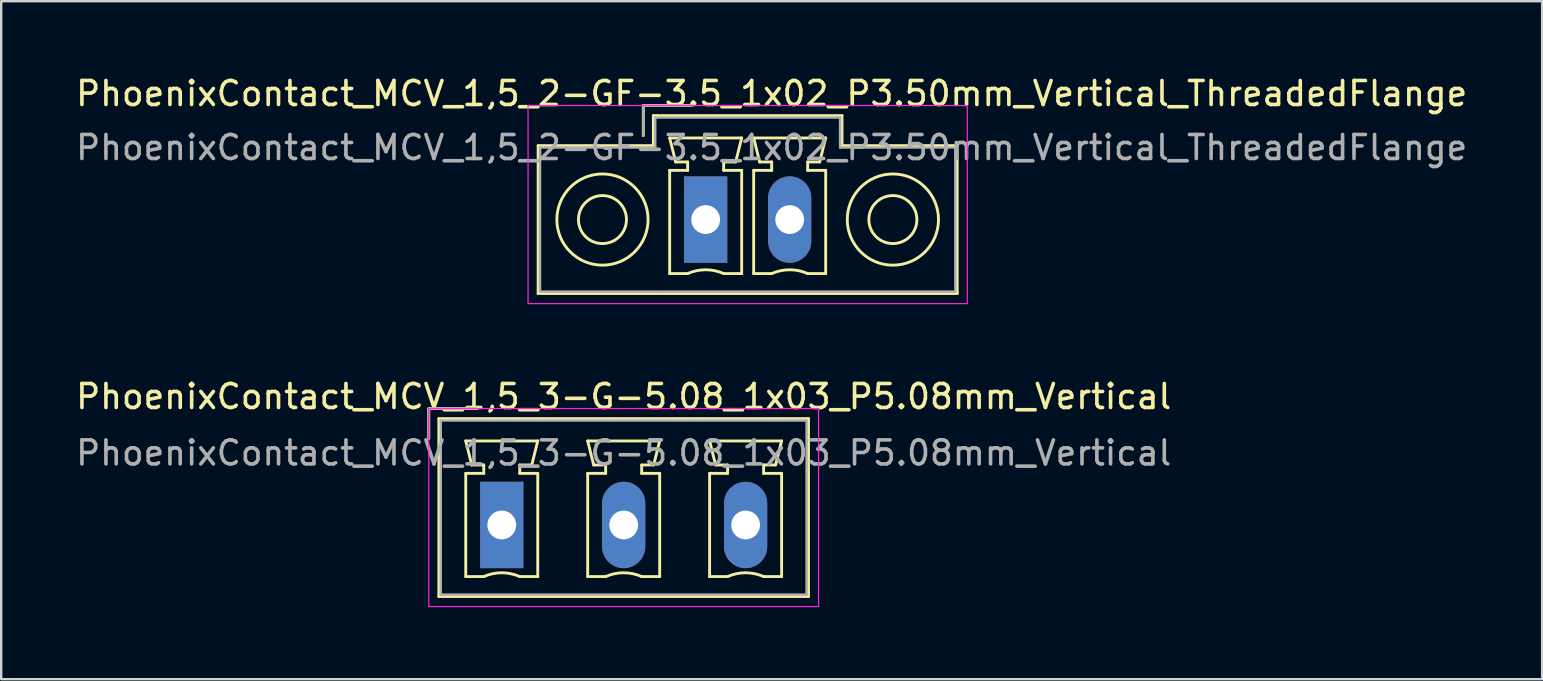
<source format=kicad_pcb>
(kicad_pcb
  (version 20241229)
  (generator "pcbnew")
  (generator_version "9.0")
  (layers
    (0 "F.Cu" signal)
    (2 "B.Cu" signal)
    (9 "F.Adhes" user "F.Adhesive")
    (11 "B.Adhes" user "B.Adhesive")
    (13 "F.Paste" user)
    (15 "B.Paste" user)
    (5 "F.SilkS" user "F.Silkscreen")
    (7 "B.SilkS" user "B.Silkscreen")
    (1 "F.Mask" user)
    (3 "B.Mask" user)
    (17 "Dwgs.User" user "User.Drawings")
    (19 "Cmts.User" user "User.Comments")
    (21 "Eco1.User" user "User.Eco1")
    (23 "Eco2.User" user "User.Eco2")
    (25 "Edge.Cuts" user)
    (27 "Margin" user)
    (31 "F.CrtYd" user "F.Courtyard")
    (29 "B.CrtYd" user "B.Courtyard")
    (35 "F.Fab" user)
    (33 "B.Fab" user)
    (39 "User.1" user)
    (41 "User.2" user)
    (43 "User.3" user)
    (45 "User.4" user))
  (footprint "PhoenixContact_MCV_1,5_2-GF-3.5_1x02_P3.50mm_Vertical_ThreadedFlange"
    (layer "F.Cu")
    (at 26.351 6.098)
    (property "Reference" "PhoenixContact_MCV_1,5_2-GF-3.5_1x02_P3.50mm_Vertical_ThreadedFlange" (at 2.75 -5.25 0) (layer "F.SilkS") (effects (font (size 1 1) (thickness 0.15))))
    (attr through_hole)
    (fp_line (start -6.98 -3.08) (end -6.98 3.08) (stroke (width 0.12) (type solid)) (layer "F.SilkS"))
    (fp_line (start -6.98 3.08) (end 10.48 3.08) (stroke (width 0.12) (type solid)) (layer "F.SilkS"))
    (fp_line (start -2.6 -4.75) (end -0.6 -4.75) (stroke (width 0.12) (type solid)) (layer "F.SilkS"))
    (fp_line (start -2.6 -3.5) (end -2.6 -4.75) (stroke (width 0.12) (type solid)) (layer "F.SilkS"))
    (fp_line (start -2.18 -4.33) (end -2.18 -3.08) (stroke (width 0.12) (type solid)) (layer "F.SilkS"))
    (fp_line (start -2.18 -3.08) (end -6.98 -3.08) (stroke (width 0.12) (type solid)) (layer "F.SilkS"))
    (fp_line (start -1.5 -3.4) (end 1.5 -3.4) (stroke (width 0.12) (type solid)) (layer "F.SilkS"))
    (fp_line (start -1.5 -2.05) (end -0.75 -2.05) (stroke (width 0.12) (type solid)) (layer "F.SilkS"))
    (fp_line (start -1.5 2.25) (end -1.5 -2.05) (stroke (width 0.12) (type solid)) (layer "F.SilkS"))
    (fp_line (start -1.25 -2.4) (end -1.5 -3.4) (stroke (width 0.12) (type solid)) (layer "F.SilkS"))
    (fp_line (start -0.75 -2.4) (end -1.25 -2.4) (stroke (width 0.12) (type solid)) (layer "F.SilkS"))
    (fp_line (start -0.75 -2.05) (end -0.75 -2.4) (stroke (width 0.12) (type solid)) (layer "F.SilkS"))
    (fp_line (start -0.75 2.25) (end -1.5 2.25) (stroke (width 0.12) (type solid)) (layer "F.SilkS"))
    (fp_line (start 0.75 -2.4) (end 0.75 -2.05) (stroke (width 0.12) (type solid)) (layer "F.SilkS"))
    (fp_line (start 0.75 -2.05) (end 1.5 -2.05) (stroke (width 0.12) (type solid)) (layer "F.SilkS"))
    (fp_line (start 1.25 -2.4) (end 0.75 -2.4) (stroke (width 0.12) (type solid)) (layer "F.SilkS"))
    (fp_line (start 1.5 -3.4) (end 1.25 -2.4) (stroke (width 0.12) (type solid)) (layer "F.SilkS"))
    (fp_line (start 1.5 -2.05) (end 1.5 2.25) (stroke (width 0.12) (type solid)) (layer "F.SilkS"))
    (fp_line (start 1.5 2.25) (end 0.75 2.25) (stroke (width 0.12) (type solid)) (layer "F.SilkS"))
    (fp_line (start 2 -3.4) (end 5 -3.4) (stroke (width 0.12) (type solid)) (layer "F.SilkS"))
    (fp_line (start 2 -2.05) (end 2.75 -2.05) (stroke (width 0.12) (type solid)) (layer "F.SilkS"))
    (fp_line (start 2 2.25) (end 2 -2.05) (stroke (width 0.12) (type solid)) (layer "F.SilkS"))
    (fp_line (start 2.25 -2.4) (end 2 -3.4) (stroke (width 0.12) (type solid)) (layer "F.SilkS"))
    (fp_line (start 2.75 -2.4) (end 2.25 -2.4) (stroke (width 0.12) (type solid)) (layer "F.SilkS"))
    (fp_line (start 2.75 -2.05) (end 2.75 -2.4) (stroke (width 0.12) (type solid)) (layer "F.SilkS"))
    (fp_line (start 2.75 2.25) (end 2 2.25) (stroke (width 0.12) (type solid)) (layer "F.SilkS"))
    (fp_line (start 4.25 -2.4) (end 4.25 -2.05) (stroke (width 0.12) (type solid)) (layer "F.SilkS"))
    (fp_line (start 4.25 -2.05) (end 5 -2.05) (stroke (width 0.12) (type solid)) (layer "F.SilkS"))
    (fp_line (start 4.75 -2.4) (end 4.25 -2.4) (stroke (width 0.12) (type solid)) (layer "F.SilkS"))
    (fp_line (start 5 -3.4) (end 4.75 -2.4) (stroke (width 0.12) (type solid)) (layer "F.SilkS"))
    (fp_line (start 5 -2.05) (end 5 2.25) (stroke (width 0.12) (type solid)) (layer "F.SilkS"))
    (fp_line (start 5 2.25) (end 4.25 2.25) (stroke (width 0.12) (type solid)) (layer "F.SilkS"))
    (fp_line (start 5.68 -4.33) (end -2.18 -4.33) (stroke (width 0.12) (type solid)) (layer "F.SilkS"))
    (fp_line (start 5.68 -3.08) (end 5.68 -4.33) (stroke (width 0.12) (type solid)) (layer "F.SilkS"))
    (fp_line (start 10.48 -3.08) (end 5.68 -3.08) (stroke (width 0.12) (type solid)) (layer "F.SilkS"))
    (fp_line (start 10.48 3.08) (end 10.48 -3.08) (stroke (width 0.12) (type solid)) (layer "F.SilkS"))
    (fp_arc (start -0.75 2.25) (mid -0.000193 2.09191) (end 0.749647 2.249844) (stroke (width 0.12) (type solid)) (layer "F.SilkS"))
    (fp_arc (start 2.75 2.25) (mid 3.499807 2.09191) (end 4.249647 2.249844) (stroke (width 0.12) (type solid)) (layer "F.SilkS"))
    (fp_circle (center -4.3 0) (end -3.3 0) (stroke (width 0.12) (type solid)) (fill no) (layer "F.SilkS"))
    (fp_circle (center -4.3 0) (end -2.4 0) (stroke (width 0.12) (type solid)) (fill no) (layer "F.SilkS"))
    (fp_circle (center 7.8 0) (end 8.8 0) (stroke (width 0.12) (type solid)) (fill no) (layer "F.SilkS"))
    (fp_circle (center 7.8 0) (end 9.7 0) (stroke (width 0.12) (type solid)) (fill no) (layer "F.SilkS"))
    (fp_line (start -7.4 -4.75) (end -7.4 3.5) (stroke (width 0.05) (type solid)) (layer "F.CrtYd"))
    (fp_line (start -7.4 3.5) (end 10.9 3.5) (stroke (width 0.05) (type solid)) (layer "F.CrtYd"))
    (fp_line (start 10.9 -4.75) (end -7.4 -4.75) (stroke (width 0.05) (type solid)) (layer "F.CrtYd"))
    (fp_line (start 10.9 3.5) (end 10.9 -4.75) (stroke (width 0.05) (type solid)) (layer "F.CrtYd"))
    (fp_line (start -6.9 -3) (end -6.9 3) (stroke (width 0.1) (type solid)) (layer "F.Fab"))
    (fp_line (start -6.9 3) (end 10.4 3) (stroke (width 0.1) (type solid)) (layer "F.Fab"))
    (fp_line (start -2.6 -4.75) (end -0.6 -4.75) (stroke (width 0.1) (type solid)) (layer "F.Fab"))
    (fp_line (start -2.6 -3.5) (end -2.6 -4.75) (stroke (width 0.1) (type solid)) (layer "F.Fab"))
    (fp_line (start -2.1 -4.25) (end -2.1 -3) (stroke (width 0.1) (type solid)) (layer "F.Fab"))
    (fp_line (start -2.1 -3) (end -6.9 -3) (stroke (width 0.1) (type solid)) (layer "F.Fab"))
    (fp_line (start 5.6 -4.25) (end -2.1 -4.25) (stroke (width 0.1) (type solid)) (layer "F.Fab"))
    (fp_line (start 5.6 -3) (end 5.6 -4.25) (stroke (width 0.1) (type solid)) (layer "F.Fab"))
    (fp_line (start 10.4 -3) (end 5.6 -3) (stroke (width 0.1) (type solid)) (layer "F.Fab"))
    (fp_line (start 10.4 3) (end 10.4 -3) (stroke (width 0.1) (type solid)) (layer "F.Fab"))
    (fp_text user "${REFERENCE}" (at 2.75 -3 0) (layer "F.Fab") (effects (font (size 1 1) (thickness 0.15))))
    (pad "1" thru_hole rect (at 0 0) (size 1.8 3.6) (drill 1.2) (layers "*.Cu" "*.Mask"))
    (pad "2" thru_hole oval (at 3.5 0) (size 1.8 3.6) (drill 1.2) (layers "*.Cu" "*.Mask")))
  (footprint "PhoenixContact_MCV_1,5_3-G-5.08_1x03_P5.08mm_Vertical"
    (layer "F.Cu")
    (at 17.855 18.822)
    (property "Reference" "PhoenixContact_MCV_1,5_3-G-5.08_1x03_P5.08mm_Vertical" (at 5.08 -5.35 0) (layer "F.SilkS") (effects (font (size 1 1) (thickness 0.15))))
    (attr through_hole)
    (fp_line (start -3.04 -4.85) (end -1.04 -4.85) (stroke (width 0.12) (type solid)) (layer "F.SilkS"))
    (fp_line (start -3.04 -3.6) (end -3.04 -4.85) (stroke (width 0.12) (type solid)) (layer "F.SilkS"))
    (fp_line (start -2.62 -4.43) (end -2.62 2.98) (stroke (width 0.12) (type solid)) (layer "F.SilkS"))
    (fp_line (start -2.62 2.98) (end 12.78 2.98) (stroke (width 0.12) (type solid)) (layer "F.SilkS"))
    (fp_line (start -1.5 -3.5) (end 1.5 -3.5) (stroke (width 0.12) (type solid)) (layer "F.SilkS"))
    (fp_line (start -1.5 -2.15) (end -0.75 -2.15) (stroke (width 0.12) (type solid)) (layer "F.SilkS"))
    (fp_line (start -1.5 2.15) (end -1.5 -2.15) (stroke (width 0.12) (type solid)) (layer "F.SilkS"))
    (fp_line (start -1.25 -2.5) (end -1.5 -3.5) (stroke (width 0.12) (type solid)) (layer "F.SilkS"))
    (fp_line (start -0.75 -2.5) (end -1.25 -2.5) (stroke (width 0.12) (type solid)) (layer "F.SilkS"))
    (fp_line (start -0.75 -2.15) (end -0.75 -2.5) (stroke (width 0.12) (type solid)) (layer "F.SilkS"))
    (fp_line (start -0.75 2.15) (end -1.5 2.15) (stroke (width 0.12) (type solid)) (layer "F.SilkS"))
    (fp_line (start 0.75 -2.5) (end 0.75 -2.15) (stroke (width 0.12) (type solid)) (layer "F.SilkS"))
    (fp_line (start 0.75 -2.15) (end 1.5 -2.15) (stroke (width 0.12) (type solid)) (layer "F.SilkS"))
    (fp_line (start 1.25 -2.5) (end 0.75 -2.5) (stroke (width 0.12) (type solid)) (layer "F.SilkS"))
    (fp_line (start 1.5 -3.5) (end 1.25 -2.5) (stroke (width 0.12) (type solid)) (layer "F.SilkS"))
    (fp_line (start 1.5 -2.15) (end 1.5 2.15) (stroke (width 0.12) (type solid)) (layer "F.SilkS"))
    (fp_line (start 1.5 2.15) (end 0.75 2.15) (stroke (width 0.12) (type solid)) (layer "F.SilkS"))
    (fp_line (start 3.58 -3.5) (end 6.58 -3.5) (stroke (width 0.12) (type solid)) (layer "F.SilkS"))
    (fp_line (start 3.58 -2.15) (end 4.33 -2.15) (stroke (width 0.12) (type solid)) (layer "F.SilkS"))
    (fp_line (start 3.58 2.15) (end 3.58 -2.15) (stroke (width 0.12) (type solid)) (layer "F.SilkS"))
    (fp_line (start 3.83 -2.5) (end 3.58 -3.5) (stroke (width 0.12) (type solid)) (layer "F.SilkS"))
    (fp_line (start 4.33 -2.5) (end 3.83 -2.5) (stroke (width 0.12) (type solid)) (layer "F.SilkS"))
    (fp_line (start 4.33 -2.15) (end 4.33 -2.5) (stroke (width 0.12) (type solid)) (layer "F.SilkS"))
    (fp_line (start 4.33 2.15) (end 3.58 2.15) (stroke (width 0.12) (type solid)) (layer "F.SilkS"))
    (fp_line (start 5.83 -2.5) (end 5.83 -2.15) (stroke (width 0.12) (type solid)) (layer "F.SilkS"))
    (fp_line (start 5.83 -2.15) (end 6.58 -2.15) (stroke (width 0.12) (type solid)) (layer "F.SilkS"))
    (fp_line (start 6.33 -2.5) (end 5.83 -2.5) (stroke (width 0.12) (type solid)) (layer "F.SilkS"))
    (fp_line (start 6.58 -3.5) (end 6.33 -2.5) (stroke (width 0.12) (type solid)) (layer "F.SilkS"))
    (fp_line (start 6.58 -2.15) (end 6.58 2.15) (stroke (width 0.12) (type solid)) (layer "F.SilkS"))
    (fp_line (start 6.58 2.15) (end 5.83 2.15) (stroke (width 0.12) (type solid)) (layer "F.SilkS"))
    (fp_line (start 8.66 -3.5) (end 11.66 -3.5) (stroke (width 0.12) (type solid)) (layer "F.SilkS"))
    (fp_line (start 8.66 -2.15) (end 9.41 -2.15) (stroke (width 0.12) (type solid)) (layer "F.SilkS"))
    (fp_line (start 8.66 2.15) (end 8.66 -2.15) (stroke (width 0.12) (type solid)) (layer "F.SilkS"))
    (fp_line (start 8.91 -2.5) (end 8.66 -3.5) (stroke (width 0.12) (type solid)) (layer "F.SilkS"))
    (fp_line (start 9.41 -2.5) (end 8.91 -2.5) (stroke (width 0.12) (type solid)) (layer "F.SilkS"))
    (fp_line (start 9.41 -2.15) (end 9.41 -2.5) (stroke (width 0.12) (type solid)) (layer "F.SilkS"))
    (fp_line (start 9.41 2.15) (end 8.66 2.15) (stroke (width 0.12) (type solid)) (layer "F.SilkS"))
    (fp_line (start 10.91 -2.5) (end 10.91 -2.15) (stroke (width 0.12) (type solid)) (layer "F.SilkS"))
    (fp_line (start 10.91 -2.15) (end 11.66 -2.15) (stroke (width 0.12) (type solid)) (layer "F.SilkS"))
    (fp_line (start 11.41 -2.5) (end 10.91 -2.5) (stroke (width 0.12) (type solid)) (layer "F.SilkS"))
    (fp_line (start 11.66 -3.5) (end 11.41 -2.5) (stroke (width 0.12) (type solid)) (layer "F.SilkS"))
    (fp_line (start 11.66 -2.15) (end 11.66 2.15) (stroke (width 0.12) (type solid)) (layer "F.SilkS"))
    (fp_line (start 11.66 2.15) (end 10.91 2.15) (stroke (width 0.12) (type solid)) (layer "F.SilkS"))
    (fp_line (start 12.78 -4.43) (end -2.62 -4.43) (stroke (width 0.12) (type solid)) (layer "F.SilkS"))
    (fp_line (start 12.78 2.98) (end 12.78 -4.43) (stroke (width 0.12) (type solid)) (layer "F.SilkS"))
    (fp_arc (start -0.75 2.15) (mid -0.000193 1.99191) (end 0.749647 2.149844) (stroke (width 0.12) (type solid)) (layer "F.SilkS"))
    (fp_arc (start 4.33 2.15) (mid 5.079807 1.99191) (end 5.829647 2.149844) (stroke (width 0.12) (type solid)) (layer "F.SilkS"))
    (fp_arc (start 9.41 2.15) (mid 10.159807 1.99191) (end 10.909647 2.149844) (stroke (width 0.12) (type solid)) (layer "F.SilkS"))
    (fp_line (start -3.04 -4.85) (end -3.04 3.4) (stroke (width 0.05) (type solid)) (layer "F.CrtYd"))
    (fp_line (start -3.04 3.4) (end 13.2 3.4) (stroke (width 0.05) (type solid)) (layer "F.CrtYd"))
    (fp_line (start 13.2 -4.85) (end -3.04 -4.85) (stroke (width 0.05) (type solid)) (layer "F.CrtYd"))
    (fp_line (start 13.2 3.4) (end 13.2 -4.85) (stroke (width 0.05) (type solid)) (layer "F.CrtYd"))
    (fp_line (start -3.04 -4.85) (end -1.04 -4.85) (stroke (width 0.1) (type solid)) (layer "F.Fab"))
    (fp_line (start -3.04 -3.6) (end -3.04 -4.85) (stroke (width 0.1) (type solid)) (layer "F.Fab"))
    (fp_line (start -2.54 -4.35) (end -2.54 2.9) (stroke (width 0.1) (type solid)) (layer "F.Fab"))
    (fp_line (start -2.54 2.9) (end 12.7 2.9) (stroke (width 0.1) (type solid)) (layer "F.Fab"))
    (fp_line (start 12.7 -4.35) (end -2.54 -4.35) (stroke (width 0.1) (type solid)) (layer "F.Fab"))
    (fp_line (start 12.7 2.9) (end 12.7 -4.35) (stroke (width 0.1) (type solid)) (layer "F.Fab"))
    (fp_text user "${REFERENCE}" (at 5.08 -3 0) (layer "F.Fab") (effects (font (size 1 1) (thickness 0.15))))
    (pad "1" thru_hole rect (at 0 0) (size 1.8 3.6) (drill 1.2) (layers "*.Cu" "*.Mask"))
    (pad "2" thru_hole oval (at 5.08 0) (size 1.8 3.6) (drill 1.2) (layers "*.Cu" "*.Mask"))
    (pad "3" thru_hole oval (at 10.16 0) (size 1.8 3.6) (drill 1.2) (layers "*.Cu" "*.Mask")))
  (gr_rect
    (start -3 -3)
    (end 61.202 25.247)
    (stroke (width 0.1) (type default))
    (fill no)
    (layer "Edge.Cuts")))
</source>
